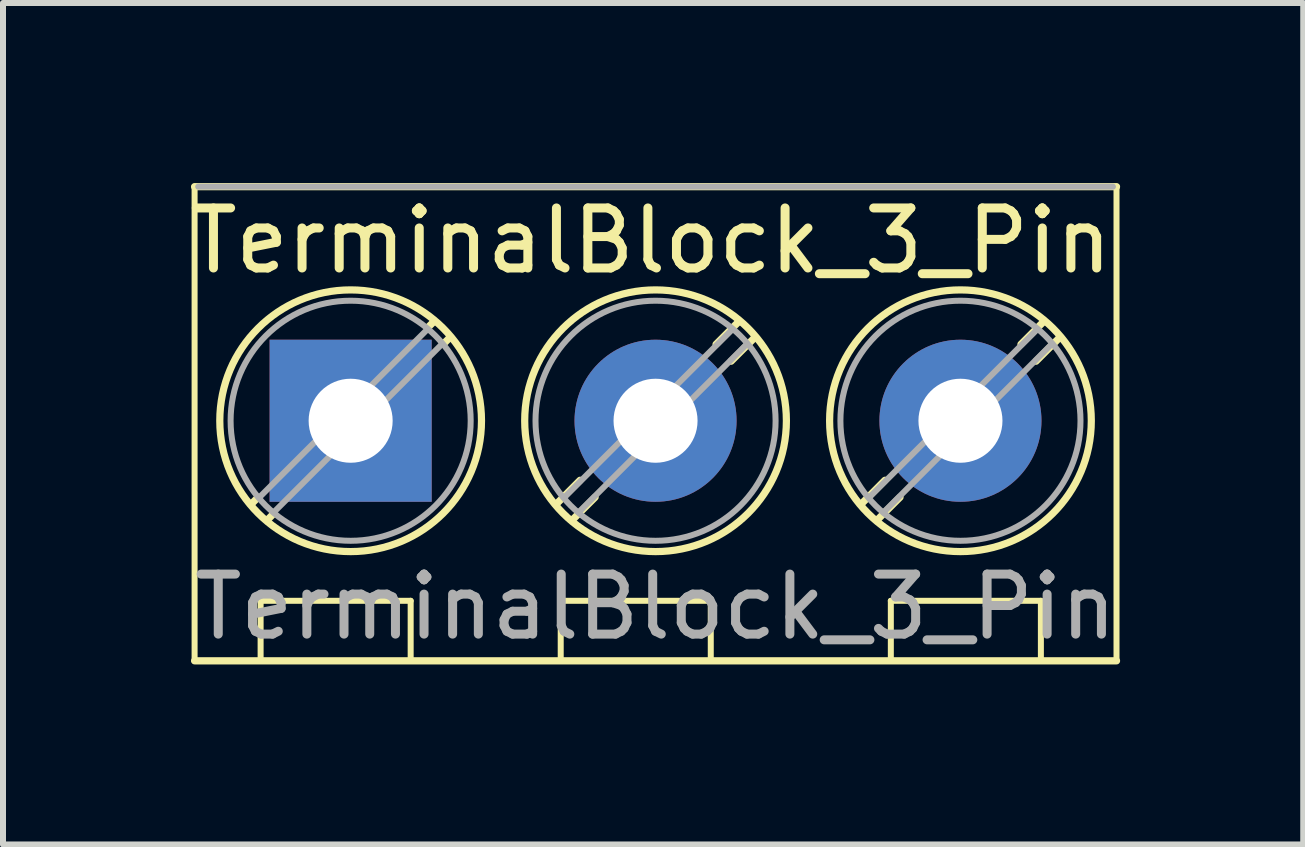
<source format=kicad_pcb>
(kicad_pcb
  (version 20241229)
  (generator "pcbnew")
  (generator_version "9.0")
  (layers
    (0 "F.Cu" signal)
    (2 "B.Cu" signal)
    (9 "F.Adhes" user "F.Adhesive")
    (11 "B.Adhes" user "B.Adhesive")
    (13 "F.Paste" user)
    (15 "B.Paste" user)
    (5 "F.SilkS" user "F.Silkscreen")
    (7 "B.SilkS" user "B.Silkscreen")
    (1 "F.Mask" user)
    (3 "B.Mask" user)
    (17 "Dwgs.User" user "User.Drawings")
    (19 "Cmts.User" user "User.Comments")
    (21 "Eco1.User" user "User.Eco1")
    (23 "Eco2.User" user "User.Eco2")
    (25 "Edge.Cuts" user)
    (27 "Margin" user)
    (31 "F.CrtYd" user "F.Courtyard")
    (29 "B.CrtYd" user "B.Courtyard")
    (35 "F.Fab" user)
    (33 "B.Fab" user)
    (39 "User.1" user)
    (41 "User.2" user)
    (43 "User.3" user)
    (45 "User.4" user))
  (footprint "TerminalBlock_3_Pin"
    (layer "F.Cu")
    (at 2.792 3.96)
    (property "Reference" "TerminalBlock_3_Pin" (at 5 -3 0) (layer "F.SilkS") (effects (font (size 1 1) (thickness 0.15))))
    (attr through_hole)
    (fp_line (start -2.6 -3.9) (end -2.6 4) (stroke (width 0.1) (type default)) (layer "F.SilkS"))
    (fp_line (start -2.6 -3.9) (end 12.76 -3.9) (stroke (width 0.12) (type solid)) (layer "F.SilkS"))
    (fp_line (start -2.6 4) (end 12.76 4) (stroke (width 0.12) (type solid)) (layer "F.SilkS"))
    (fp_line (start -1.548 1.281) (end -1.654 1.388) (stroke (width 0.12) (type solid)) (layer "F.SilkS"))
    (fp_line (start -1.5 3) (end 1 3) (stroke (width 0.1) (type default)) (layer "F.SilkS"))
    (fp_line (start -1.5 4) (end -1.5 3) (stroke (width 0.1) (type default)) (layer "F.SilkS"))
    (fp_line (start -1.282 1.547) (end -1.388 1.654) (stroke (width 0.12) (type solid)) (layer "F.SilkS"))
    (fp_line (start 1 3) (end 1 4) (stroke (width 0.1) (type default)) (layer "F.SilkS"))
    (fp_line (start 1.388 -1.654) (end 1.281 -1.547) (stroke (width 0.12) (type solid)) (layer "F.SilkS"))
    (fp_line (start 1.654 -1.388) (end 1.547 -1.281) (stroke (width 0.12) (type solid)) (layer "F.SilkS"))
    (fp_line (start 3.5 3) (end 6 3) (stroke (width 0.1) (type default)) (layer "F.SilkS"))
    (fp_line (start 3.5 4) (end 3.5 3) (stroke (width 0.1) (type default)) (layer "F.SilkS"))
    (fp_line (start 3.822 0.992) (end 3.427 1.388) (stroke (width 0.12) (type solid)) (layer "F.SilkS"))
    (fp_line (start 4.073 1.274) (end 3.693 1.654) (stroke (width 0.12) (type solid)) (layer "F.SilkS"))
    (fp_line (start 6 3) (end 6 4) (stroke (width 0.1) (type default)) (layer "F.SilkS"))
    (fp_line (start 6.468 -1.654) (end 6.088 -1.274) (stroke (width 0.12) (type solid)) (layer "F.SilkS"))
    (fp_line (start 6.734 -1.388) (end 6.339 -0.992) (stroke (width 0.12) (type solid)) (layer "F.SilkS"))
    (fp_line (start 8.902 0.992) (end 8.507 1.388) (stroke (width 0.12) (type solid)) (layer "F.SilkS"))
    (fp_line (start 9 3) (end 11.5 3) (stroke (width 0.1) (type default)) (layer "F.SilkS"))
    (fp_line (start 9 4) (end 9 3) (stroke (width 0.1) (type default)) (layer "F.SilkS"))
    (fp_line (start 9.153 1.274) (end 8.773 1.654) (stroke (width 0.12) (type solid)) (layer "F.SilkS"))
    (fp_line (start 11.5 3) (end 11.5 4) (stroke (width 0.1) (type default)) (layer "F.SilkS"))
    (fp_line (start 11.548 -1.654) (end 11.168 -1.274) (stroke (width 0.12) (type solid)) (layer "F.SilkS"))
    (fp_line (start 11.814 -1.388) (end 11.419 -0.992) (stroke (width 0.12) (type solid)) (layer "F.SilkS"))
    (fp_line (start 12.76 -3.9) (end 12.76 4) (stroke (width 0.1) (type default)) (layer "F.SilkS"))
    (fp_circle (center 0 0) (end 2.18 0) (stroke (width 0.12) (type solid)) (fill no) (layer "F.SilkS"))
    (fp_circle (center 5.08 0) (end 7.26 0) (stroke (width 0.12) (type solid)) (fill no) (layer "F.SilkS"))
    (fp_circle (center 10.16 0) (end 12.34 0) (stroke (width 0.12) (type solid)) (fill no) (layer "F.SilkS"))
    (fp_line (start -2.54 -3.9) (end 12.7 -3.9) (stroke (width 0.1) (type solid)) (layer "F.Fab"))
    (fp_line (start 1.273 -1.517) (end -1.517 1.273) (stroke (width 0.1) (type solid)) (layer "F.Fab"))
    (fp_line (start 1.517 -1.273) (end -1.273 1.517) (stroke (width 0.1) (type solid)) (layer "F.Fab"))
    (fp_line (start 6.353 -1.517) (end 3.564 1.273) (stroke (width 0.1) (type solid)) (layer "F.Fab"))
    (fp_line (start 6.597 -1.273) (end 3.808 1.517) (stroke (width 0.1) (type solid)) (layer "F.Fab"))
    (fp_line (start 11.433 -1.517) (end 8.644 1.273) (stroke (width 0.1) (type solid)) (layer "F.Fab"))
    (fp_line (start 11.677 -1.273) (end 8.888 1.517) (stroke (width 0.1) (type solid)) (layer "F.Fab"))
    (fp_circle (center 0 0) (end 2 0) (stroke (width 0.1) (type solid)) (fill no) (layer "F.Fab"))
    (fp_circle (center 5.08 0) (end 7.08 0) (stroke (width 0.1) (type solid)) (fill no) (layer "F.Fab"))
    (fp_circle (center 10.16 0) (end 12.16 0) (stroke (width 0.1) (type solid)) (fill no) (layer "F.Fab"))
    (fp_text user "${REFERENCE}" (at 5.08 3.1 0) (layer "F.Fab") (effects (font (size 1 1) (thickness 0.15))))
    (pad "1" thru_hole rect (at 0 0) (size 2.7 2.7) (drill 1.4) (layers "*.Cu" "*.Mask"))
    (pad "2" thru_hole circle (at 5.08 0) (size 2.7 2.7) (drill 1.4) (layers "*.Cu" "*.Mask"))
    (pad "3" thru_hole circle (at 10.16 0) (size 2.7 2.7) (drill 1.4) (layers "*.Cu" "*.Mask")))
  (gr_rect
    (start -3 -3)
    (end 18.663 11.02)
    (stroke (width 0.1) (type default))
    (fill no)
    (layer "Edge.Cuts")))
</source>
